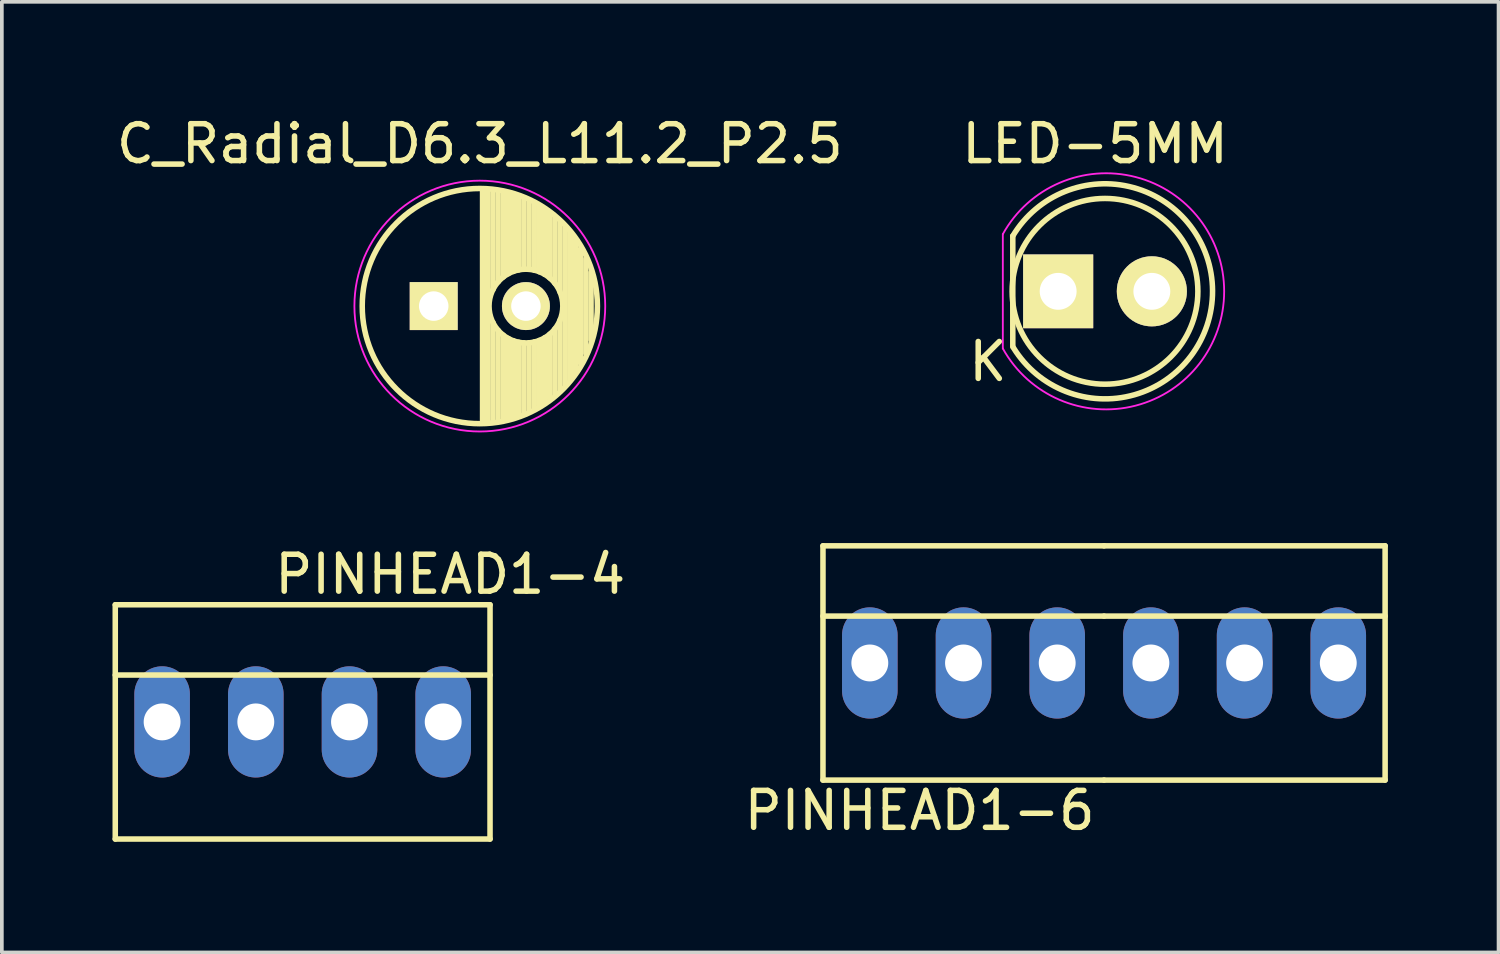
<source format=kicad_pcb>
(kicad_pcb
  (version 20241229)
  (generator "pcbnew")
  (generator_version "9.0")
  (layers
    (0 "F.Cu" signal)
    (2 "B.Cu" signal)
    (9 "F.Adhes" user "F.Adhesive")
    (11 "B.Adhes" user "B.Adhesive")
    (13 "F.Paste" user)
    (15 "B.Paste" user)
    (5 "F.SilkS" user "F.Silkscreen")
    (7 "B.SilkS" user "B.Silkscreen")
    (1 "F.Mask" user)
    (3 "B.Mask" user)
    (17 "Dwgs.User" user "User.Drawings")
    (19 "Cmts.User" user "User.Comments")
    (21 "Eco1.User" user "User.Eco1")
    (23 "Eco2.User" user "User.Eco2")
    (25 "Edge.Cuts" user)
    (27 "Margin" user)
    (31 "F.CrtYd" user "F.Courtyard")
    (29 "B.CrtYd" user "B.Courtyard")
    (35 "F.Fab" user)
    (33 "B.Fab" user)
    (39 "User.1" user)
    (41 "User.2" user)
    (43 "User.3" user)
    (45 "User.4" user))
  (footprint "PINHEAD1-6"
    (layer "F.Cu")
    (at 26.881 14.923)
    (property "Reference" "PINHEAD1-6" (at -5 4 0) (layer "F.SilkS") (effects (font (size 1 1) (thickness 0.15))))
    (attr exclude_from_pos_files exclude_from_bom)
    (fp_line (start -7.62 -3.175) (end -7.62 3.175) (stroke (width 0.15) (type solid)) (layer "F.SilkS"))
    (fp_line (start -7.62 -3.175) (end 0 -3.175) (stroke (width 0.15) (type solid)) (layer "F.SilkS"))
    (fp_line (start 0 -3.175) (end 7.62 -3.175) (stroke (width 0.15) (type solid)) (layer "F.SilkS"))
    (fp_line (start 0 -1.27) (end -7.62 -1.27) (stroke (width 0.15) (type solid)) (layer "F.SilkS"))
    (fp_line (start 0 -1.27) (end 7.62 -1.27) (stroke (width 0.15) (type solid)) (layer "F.SilkS"))
    (fp_line (start 0 3.175) (end -7.62 3.175) (stroke (width 0.15) (type solid)) (layer "F.SilkS"))
    (fp_line (start 0 3.175) (end 7.62 3.175) (stroke (width 0.15) (type solid)) (layer "F.SilkS"))
    (fp_line (start 7.62 -3.175) (end 7.62 3.175) (stroke (width 0.15) (type solid)) (layer "F.SilkS"))
    (pad "1" thru_hole oval (at -6.35 0) (size 1.506 3.015) (drill 1) (layers "*.Cu" "*.Mask"))
    (pad "2" thru_hole oval (at -3.81 0) (size 1.506 3.015) (drill 1) (layers "*.Cu" "*.Mask"))
    (pad "3" thru_hole oval (at -1.27 0) (size 1.506 3.015) (drill 1) (layers "*.Cu" "*.Mask"))
    (pad "4" thru_hole oval (at 1.27 0) (size 1.506 3.015) (drill 1) (layers "*.Cu" "*.Mask"))
    (pad "5" thru_hole oval (at 3.81 0) (size 1.506 3.015) (drill 1) (layers "*.Cu" "*.Mask"))
    (pad "6" thru_hole oval (at 6.35 0) (size 1.506 3.015) (drill 1) (layers "*.Cu" "*.Mask")))
  (footprint "LED-5MM"
    (layer "F.Cu")
    (at 25.637 4.848)
    (property "Reference" "LED-5MM" (at 1 -4 0) (layer "F.SilkS") (effects (font (size 1 1) (thickness 0.15))))
    (attr through_hole)
    (fp_line (start -1.23 1.5) (end -1.23 -1.5) (stroke (width 0.15) (type solid)) (layer "F.SilkS"))
    (fp_arc (start -1.23 -1.5) (mid 4.18544 -0.014565) (end -1.214888 1.524904) (stroke (width 0.15) (type solid)) (layer "F.SilkS"))
    (fp_circle (center 1.27 0) (end 0.97 -2.5) (stroke (width 0.15) (type solid)) (fill no) (layer "F.SilkS"))
    (fp_line (start -1.5 -1.55) (end -1.5 1.55) (stroke (width 0.05) (type solid)) (layer "F.CrtYd"))
    (fp_arc (start -1.498248 -1.55316) (mid 4.50039 0.001807) (end -1.5 1.55) (stroke (width 0.05) (type solid)) (layer "F.CrtYd"))
    (fp_text user "K" (at -1.905 1.905 0) (layer "F.SilkS") (effects (font (size 1 1) (thickness 0.15))))
    (pad "1" thru_hole rect (at 0 0 90) (size 2 1.9) (drill 1) (layers "*.Cu" "*.Mask" "F.SilkS"))
    (pad "2" thru_hole circle (at 2.54 0) (size 1.9 1.9) (drill 1) (layers "*.Cu" "*.Mask" "F.SilkS")))
  (footprint "C_Radial_D6.3_L11.2_P2.5"
    (layer "F.Cu")
    (at 8.708 5.248)
    (property "Reference" "C_Radial_D6.3_L11.2_P2.5" (at 1.25 -4.4 0) (layer "F.SilkS") (effects (font (size 1 1) (thickness 0.15))))
    (attr through_hole)
    (fp_line (start 1.325 -3.149) (end 1.325 3.149) (stroke (width 0.15) (type solid)) (layer "F.SilkS"))
    (fp_line (start 1.465 -3.143) (end 1.465 3.143) (stroke (width 0.15) (type solid)) (layer "F.SilkS"))
    (fp_line (start 1.605 -3.13) (end 1.605 -0.446) (stroke (width 0.15) (type solid)) (layer "F.SilkS"))
    (fp_line (start 1.605 0.446) (end 1.605 3.13) (stroke (width 0.15) (type solid)) (layer "F.SilkS"))
    (fp_line (start 1.745 -3.111) (end 1.745 -0.656) (stroke (width 0.15) (type solid)) (layer "F.SilkS"))
    (fp_line (start 1.745 0.656) (end 1.745 3.111) (stroke (width 0.15) (type solid)) (layer "F.SilkS"))
    (fp_line (start 1.885 -3.085) (end 1.885 -0.789) (stroke (width 0.15) (type solid)) (layer "F.SilkS"))
    (fp_line (start 1.885 0.789) (end 1.885 3.085) (stroke (width 0.15) (type solid)) (layer "F.SilkS"))
    (fp_line (start 2.025 -3.053) (end 2.025 -0.88) (stroke (width 0.15) (type solid)) (layer "F.SilkS"))
    (fp_line (start 2.025 0.88) (end 2.025 3.053) (stroke (width 0.15) (type solid)) (layer "F.SilkS"))
    (fp_line (start 2.165 -3.014) (end 2.165 -0.942) (stroke (width 0.15) (type solid)) (layer "F.SilkS"))
    (fp_line (start 2.165 0.942) (end 2.165 3.014) (stroke (width 0.15) (type solid)) (layer "F.SilkS"))
    (fp_line (start 2.305 -2.968) (end 2.305 -0.981) (stroke (width 0.15) (type solid)) (layer "F.SilkS"))
    (fp_line (start 2.305 0.981) (end 2.305 2.968) (stroke (width 0.15) (type solid)) (layer "F.SilkS"))
    (fp_line (start 2.445 -2.915) (end 2.445 -0.998) (stroke (width 0.15) (type solid)) (layer "F.SilkS"))
    (fp_line (start 2.445 0.998) (end 2.445 2.915) (stroke (width 0.15) (type solid)) (layer "F.SilkS"))
    (fp_line (start 2.585 -2.853) (end 2.585 -0.996) (stroke (width 0.15) (type solid)) (layer "F.SilkS"))
    (fp_line (start 2.585 0.996) (end 2.585 2.853) (stroke (width 0.15) (type solid)) (layer "F.SilkS"))
    (fp_line (start 2.725 -2.783) (end 2.725 -0.974) (stroke (width 0.15) (type solid)) (layer "F.SilkS"))
    (fp_line (start 2.725 0.974) (end 2.725 2.783) (stroke (width 0.15) (type solid)) (layer "F.SilkS"))
    (fp_line (start 2.865 -2.704) (end 2.865 -0.931) (stroke (width 0.15) (type solid)) (layer "F.SilkS"))
    (fp_line (start 2.865 0.931) (end 2.865 2.704) (stroke (width 0.15) (type solid)) (layer "F.SilkS"))
    (fp_line (start 3.005 -2.616) (end 3.005 -0.863) (stroke (width 0.15) (type solid)) (layer "F.SilkS"))
    (fp_line (start 3.005 0.863) (end 3.005 2.616) (stroke (width 0.15) (type solid)) (layer "F.SilkS"))
    (fp_line (start 3.145 -2.516) (end 3.145 -0.764) (stroke (width 0.15) (type solid)) (layer "F.SilkS"))
    (fp_line (start 3.145 0.764) (end 3.145 2.516) (stroke (width 0.15) (type solid)) (layer "F.SilkS"))
    (fp_line (start 3.285 -2.404) (end 3.285 -0.619) (stroke (width 0.15) (type solid)) (layer "F.SilkS"))
    (fp_line (start 3.285 0.619) (end 3.285 2.404) (stroke (width 0.15) (type solid)) (layer "F.SilkS"))
    (fp_line (start 3.425 -2.279) (end 3.425 -0.38) (stroke (width 0.15) (type solid)) (layer "F.SilkS"))
    (fp_line (start 3.425 0.38) (end 3.425 2.279) (stroke (width 0.15) (type solid)) (layer "F.SilkS"))
    (fp_line (start 3.565 -2.136) (end 3.565 2.136) (stroke (width 0.15) (type solid)) (layer "F.SilkS"))
    (fp_line (start 3.705 -1.974) (end 3.705 1.974) (stroke (width 0.15) (type solid)) (layer "F.SilkS"))
    (fp_line (start 3.845 -1.786) (end 3.845 1.786) (stroke (width 0.15) (type solid)) (layer "F.SilkS"))
    (fp_line (start 3.985 -1.563) (end 3.985 1.563) (stroke (width 0.15) (type solid)) (layer "F.SilkS"))
    (fp_line (start 4.125 -1.287) (end 4.125 1.287) (stroke (width 0.15) (type solid)) (layer "F.SilkS"))
    (fp_line (start 4.265 -0.912) (end 4.265 0.912) (stroke (width 0.15) (type solid)) (layer "F.SilkS"))
    (fp_circle (center 1.25 0) (end 1.25 -3.188) (stroke (width 0.15) (type solid)) (fill no) (layer "F.SilkS"))
    (fp_circle (center 2.5 0) (end 2.5 -1) (stroke (width 0.15) (type solid)) (fill no) (layer "F.SilkS"))
    (fp_circle (center 1.25 0) (end 1.25 -3.4) (stroke (width 0.05) (type solid)) (fill no) (layer "F.CrtYd"))
    (pad "1" thru_hole rect (at 0 0) (size 1.3 1.3) (drill 0.8) (layers "*.Cu" "*.Mask" "F.SilkS"))
    (pad "2" thru_hole circle (at 2.5 0) (size 1.3 1.3) (drill 0.8) (layers "*.Cu" "*.Mask" "F.SilkS")))
  (footprint "PINHEAD1-4"
    (layer "F.Cu")
    (at 5.155 16.521)
    (property "Reference" "PINHEAD1-4" (at 4 -4 0) (layer "F.SilkS") (effects (font (size 1 1) (thickness 0.15))))
    (attr exclude_from_pos_files exclude_from_bom)
    (fp_line (start -5.08 -3.175) (end -5.08 3.175) (stroke (width 0.15) (type solid)) (layer "F.SilkS"))
    (fp_line (start -5.08 -3.175) (end 5.08 -3.175) (stroke (width 0.15) (type solid)) (layer "F.SilkS"))
    (fp_line (start -5.08 -1.27) (end 5.08 -1.27) (stroke (width 0.15) (type solid)) (layer "F.SilkS"))
    (fp_line (start -5.08 3.175) (end 5.08 3.175) (stroke (width 0.15) (type solid)) (layer "F.SilkS"))
    (fp_line (start 5.08 -3.175) (end 5.08 3.175) (stroke (width 0.15) (type solid)) (layer "F.SilkS"))
    (pad "1" thru_hole oval (at -3.81 0) (size 1.506 3.015) (drill 1) (layers "*.Cu" "*.Mask"))
    (pad "2" thru_hole oval (at -1.27 0) (size 1.506 3.015) (drill 1) (layers "*.Cu" "*.Mask"))
    (pad "3" thru_hole oval (at 1.27 0) (size 1.506 3.015) (drill 1) (layers "*.Cu" "*.Mask"))
    (pad "4" thru_hole oval (at 3.81 0) (size 1.506 3.015) (drill 1) (layers "*.Cu" "*.Mask")))
  (gr_rect
    (start -3 -3)
    (end 37.576 22.771)
    (stroke (width 0.1) (type default))
    (fill no)
    (layer "Edge.Cuts")))
</source>
